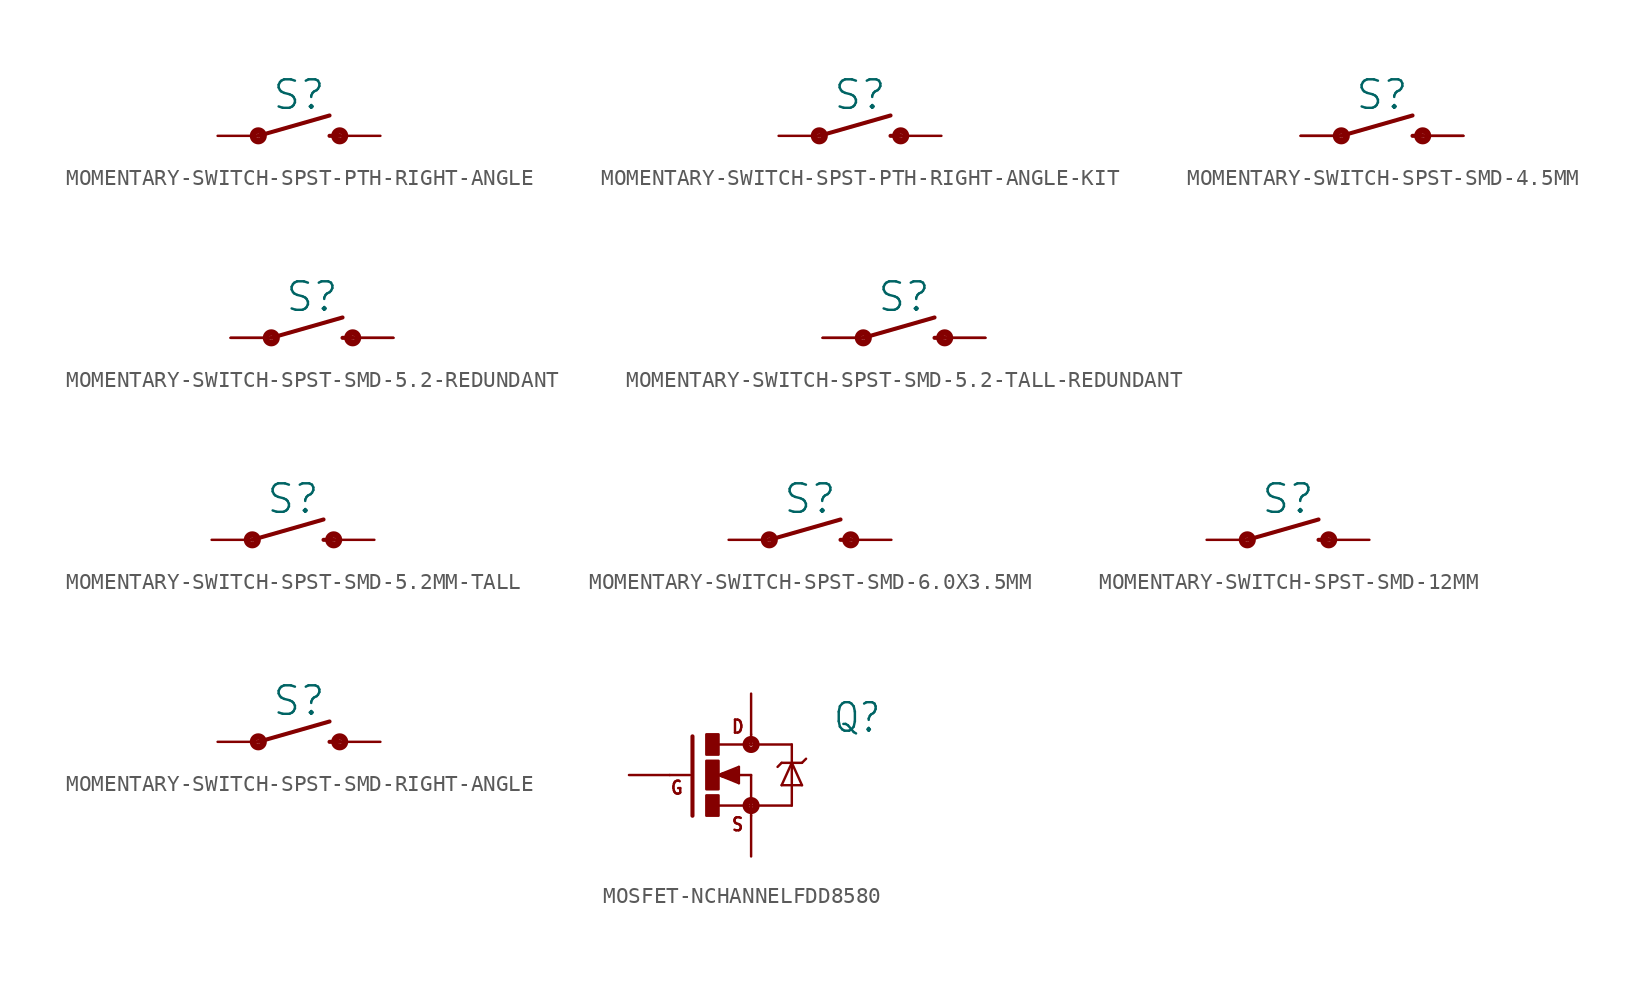
<source format=kicad_sym>
(kicad_symbol_lib
  (version 20231120)
  (generator "kicad_symbol_editor")
  (generator_version "8.0")
  (symbol "MOMENTARY-SWITCH-SPST-PTH-RIGHT-ANGLE"
    (property "Reference" "S"
      (at 0 1.524 0)
      (effects (font (size 1.778 1.778)) (justify bottom)))
    (property "Value" ""
      (at 0 -0.508 0)
      (effects (font (size 1.778 1.778)) (justify top)))
    (property "ki_locked" ""
      (at 0 0 0)
      (effects (font (size 1.27 1.27))))
    (symbol "MOMENTARY-SWITCH-SPST-PTH-RIGHT-ANGLE_1_0"
      (circle (center -2.54 0) (radius 0.127) (stroke (width 0.406) (type solid)) (fill (type none)))
      (polyline (pts (xy -2.54 0) (xy 1.905 1.27)) (stroke (width 0.254) (type solid)) (fill (type none)))
      (polyline (pts (xy 1.905 0) (xy 2.54 0)) (stroke (width 0.254) (type solid)) (fill (type none)))
      (circle (center 2.54 0) (radius 0.127) (stroke (width 0.406) (type solid)) (fill (type none)))
      (pin passive line (at -5.08 0 0) (length 2.54) (name "1" (effects (font (size 0 0)))) (number "1" (effects (font (size 0 0)))))
      (pin passive line (at 5.08 0 180) (length 2.54) (name "2" (effects (font (size 0 0)))) (number "2" (effects (font (size 0 0)))))))
  (symbol "MOMENTARY-SWITCH-SPST-PTH-RIGHT-ANGLE-KIT"
    (property "Reference" "S"
      (at 0 1.524 0)
      (effects (font (size 1.778 1.778)) (justify bottom)))
    (property "Value" ""
      (at 0 -0.508 0)
      (effects (font (size 1.778 1.778)) (justify top)))
    (property "ki_locked" ""
      (at 0 0 0)
      (effects (font (size 1.27 1.27))))
    (symbol "MOMENTARY-SWITCH-SPST-PTH-RIGHT-ANGLE-KIT_1_0"
      (circle (center -2.54 0) (radius 0.127) (stroke (width 0.406) (type solid)) (fill (type none)))
      (polyline (pts (xy -2.54 0) (xy 1.905 1.27)) (stroke (width 0.254) (type solid)) (fill (type none)))
      (polyline (pts (xy 1.905 0) (xy 2.54 0)) (stroke (width 0.254) (type solid)) (fill (type none)))
      (circle (center 2.54 0) (radius 0.127) (stroke (width 0.406) (type solid)) (fill (type none)))
      (pin passive line (at -5.08 0 0) (length 2.54) (name "1" (effects (font (size 0 0)))) (number "1" (effects (font (size 0 0)))))
      (pin passive line (at 5.08 0 180) (length 2.54) (name "2" (effects (font (size 0 0)))) (number "2" (effects (font (size 0 0)))))))
  (symbol "MOMENTARY-SWITCH-SPST-SMD-4.5MM"
    (property "Reference" "S"
      (at 0 1.524 0)
      (effects (font (size 1.778 1.778)) (justify bottom)))
    (property "Value" ""
      (at 0 -0.508 0)
      (effects (font (size 1.778 1.778)) (justify top)))
    (property "ki_locked" ""
      (at 0 0 0)
      (effects (font (size 1.27 1.27))))
    (symbol "MOMENTARY-SWITCH-SPST-SMD-4.5MM_1_0"
      (circle (center -2.54 0) (radius 0.127) (stroke (width 0.406) (type solid)) (fill (type none)))
      (polyline (pts (xy -2.54 0) (xy 1.905 1.27)) (stroke (width 0.254) (type solid)) (fill (type none)))
      (polyline (pts (xy 1.905 0) (xy 2.54 0)) (stroke (width 0.254) (type solid)) (fill (type none)))
      (circle (center 2.54 0) (radius 0.127) (stroke (width 0.406) (type solid)) (fill (type none)))
      (pin passive line (at 5.08 0 180) (length 2.54) (name "2" (effects (font (size 0 0)))) (number "1" (effects (font (size 0 0)))))
      (pin passive line (at -5.08 0 0) (length 2.54) (name "1" (effects (font (size 0 0)))) (number "2" (effects (font (size 0 0)))))
      (pin passive line (at -5.08 0 0) (length 2.54) (name "1" (effects (font (size 0 0)))) (number "3" (effects (font (size 0 0)))))
      (pin passive line (at 5.08 0 180) (length 2.54) (name "2" (effects (font (size 0 0)))) (number "4" (effects (font (size 0 0)))))))
  (symbol "MOMENTARY-SWITCH-SPST-SMD-5.2-REDUNDANT"
    (property "Reference" "S"
      (at 0 1.524 0)
      (effects (font (size 1.778 1.778)) (justify bottom)))
    (property "Value" ""
      (at 0 -0.508 0)
      (effects (font (size 1.778 1.778)) (justify top)))
    (property "ki_locked" ""
      (at 0 0 0)
      (effects (font (size 1.27 1.27))))
    (symbol "MOMENTARY-SWITCH-SPST-SMD-5.2-REDUNDANT_1_0"
      (circle (center -2.54 0) (radius 0.127) (stroke (width 0.406) (type solid)) (fill (type none)))
      (polyline (pts (xy -2.54 0) (xy 1.905 1.27)) (stroke (width 0.254) (type solid)) (fill (type none)))
      (polyline (pts (xy 1.905 0) (xy 2.54 0)) (stroke (width 0.254) (type solid)) (fill (type none)))
      (circle (center 2.54 0) (radius 0.127) (stroke (width 0.406) (type solid)) (fill (type none)))
      (pin passive line (at -5.08 0 0) (length 2.54) (name "1" (effects (font (size 0 0)))) (number "1" (effects (font (size 0 0)))))
      (pin passive line (at -5.08 0 0) (length 2.54) (name "1" (effects (font (size 0 0)))) (number "2" (effects (font (size 0 0)))))
      (pin passive line (at 5.08 0 180) (length 2.54) (name "2" (effects (font (size 0 0)))) (number "3" (effects (font (size 0 0)))))
      (pin passive line (at 5.08 0 180) (length 2.54) (name "2" (effects (font (size 0 0)))) (number "4" (effects (font (size 0 0)))))))
  (symbol "MOMENTARY-SWITCH-SPST-SMD-5.2-TALL-REDUNDANT"
    (property "Reference" "S"
      (at 0 1.524 0)
      (effects (font (size 1.778 1.778)) (justify bottom)))
    (property "Value" ""
      (at 0 -0.508 0)
      (effects (font (size 1.778 1.778)) (justify top)))
    (property "ki_locked" ""
      (at 0 0 0)
      (effects (font (size 1.27 1.27))))
    (symbol "MOMENTARY-SWITCH-SPST-SMD-5.2-TALL-REDUNDANT_1_0"
      (circle (center -2.54 0) (radius 0.127) (stroke (width 0.406) (type solid)) (fill (type none)))
      (polyline (pts (xy -2.54 0) (xy 1.905 1.27)) (stroke (width 0.254) (type solid)) (fill (type none)))
      (polyline (pts (xy 1.905 0) (xy 2.54 0)) (stroke (width 0.254) (type solid)) (fill (type none)))
      (circle (center 2.54 0) (radius 0.127) (stroke (width 0.406) (type solid)) (fill (type none)))
      (pin passive line (at -5.08 0 0) (length 2.54) (name "1" (effects (font (size 0 0)))) (number "1" (effects (font (size 0 0)))))
      (pin passive line (at -5.08 0 0) (length 2.54) (name "1" (effects (font (size 0 0)))) (number "2" (effects (font (size 0 0)))))
      (pin passive line (at 5.08 0 180) (length 2.54) (name "2" (effects (font (size 0 0)))) (number "3" (effects (font (size 0 0)))))
      (pin passive line (at 5.08 0 180) (length 2.54) (name "2" (effects (font (size 0 0)))) (number "4" (effects (font (size 0 0)))))))
  (symbol "MOMENTARY-SWITCH-SPST-SMD-5.2MM-TALL"
    (property "Reference" "S"
      (at 0 1.524 0)
      (effects (font (size 1.778 1.778)) (justify bottom)))
    (property "Value" ""
      (at 0 -0.508 0)
      (effects (font (size 1.778 1.778)) (justify top)))
    (property "ki_locked" ""
      (at 0 0 0)
      (effects (font (size 1.27 1.27))))
    (symbol "MOMENTARY-SWITCH-SPST-SMD-5.2MM-TALL_1_0"
      (circle (center -2.54 0) (radius 0.127) (stroke (width 0.406) (type solid)) (fill (type none)))
      (polyline (pts (xy -2.54 0) (xy 1.905 1.27)) (stroke (width 0.254) (type solid)) (fill (type none)))
      (polyline (pts (xy 1.905 0) (xy 2.54 0)) (stroke (width 0.254) (type solid)) (fill (type none)))
      (circle (center 2.54 0) (radius 0.127) (stroke (width 0.406) (type solid)) (fill (type none)))
      (pin passive line (at -5.08 0 0) (length 2.54) (name "1" (effects (font (size 0 0)))) (number "1" (effects (font (size 0 0)))))
      (pin passive line (at 5.08 0 180) (length 2.54) (name "2" (effects (font (size 0 0)))) (number "3" (effects (font (size 0 0)))))))
  (symbol "MOMENTARY-SWITCH-SPST-SMD-6.0X3.5MM"
    (property "Reference" "S"
      (at 0 1.524 0)
      (effects (font (size 1.778 1.778)) (justify bottom)))
    (property "Value" ""
      (at 0 -0.508 0)
      (effects (font (size 1.778 1.778)) (justify top)))
    (property "ki_locked" ""
      (at 0 0 0)
      (effects (font (size 1.27 1.27))))
    (symbol "MOMENTARY-SWITCH-SPST-SMD-6.0X3.5MM_1_0"
      (circle (center -2.54 0) (radius 0.127) (stroke (width 0.406) (type solid)) (fill (type none)))
      (polyline (pts (xy -2.54 0) (xy 1.905 1.27)) (stroke (width 0.254) (type solid)) (fill (type none)))
      (polyline (pts (xy 1.905 0) (xy 2.54 0)) (stroke (width 0.254) (type solid)) (fill (type none)))
      (circle (center 2.54 0) (radius 0.127) (stroke (width 0.406) (type solid)) (fill (type none)))
      (pin passive line (at -5.08 0 0) (length 2.54) (name "1" (effects (font (size 0 0)))) (number "1" (effects (font (size 0 0)))))
      (pin passive line (at 5.08 0 180) (length 2.54) (name "2" (effects (font (size 0 0)))) (number "2" (effects (font (size 0 0)))))))
  (symbol "MOMENTARY-SWITCH-SPST-SMD-12MM"
    (property "Reference" "S"
      (at 0 1.524 0)
      (effects (font (size 1.778 1.778)) (justify bottom)))
    (property "Value" ""
      (at 0 -0.508 0)
      (effects (font (size 1.778 1.778)) (justify top)))
    (property "ki_locked" ""
      (at 0 0 0)
      (effects (font (size 1.27 1.27))))
    (symbol "MOMENTARY-SWITCH-SPST-SMD-12MM_1_0"
      (circle (center -2.54 0) (radius 0.127) (stroke (width 0.406) (type solid)) (fill (type none)))
      (polyline (pts (xy -2.54 0) (xy 1.905 1.27)) (stroke (width 0.254) (type solid)) (fill (type none)))
      (polyline (pts (xy 1.905 0) (xy 2.54 0)) (stroke (width 0.254) (type solid)) (fill (type none)))
      (circle (center 2.54 0) (radius 0.127) (stroke (width 0.406) (type solid)) (fill (type none)))
      (pin passive line (at -5.08 0 0) (length 2.54) (name "1" (effects (font (size 0 0)))) (number "1" (effects (font (size 0 0)))))
      (pin passive line (at 5.08 0 180) (length 2.54) (name "2" (effects (font (size 0 0)))) (number "3" (effects (font (size 0 0)))))))
  (symbol "MOMENTARY-SWITCH-SPST-SMD-RIGHT-ANGLE"
    (property "Reference" "S"
      (at 0 1.524 0)
      (effects (font (size 1.778 1.778)) (justify bottom)))
    (property "Value" ""
      (at 0 -0.508 0)
      (effects (font (size 1.778 1.778)) (justify top)))
    (property "ki_locked" ""
      (at 0 0 0)
      (effects (font (size 1.27 1.27))))
    (symbol "MOMENTARY-SWITCH-SPST-SMD-RIGHT-ANGLE_1_0"
      (circle (center -2.54 0) (radius 0.127) (stroke (width 0.406) (type solid)) (fill (type none)))
      (polyline (pts (xy -2.54 0) (xy 1.905 1.27)) (stroke (width 0.254) (type solid)) (fill (type none)))
      (polyline (pts (xy 1.905 0) (xy 2.54 0)) (stroke (width 0.254) (type solid)) (fill (type none)))
      (circle (center 2.54 0) (radius 0.127) (stroke (width 0.406) (type solid)) (fill (type none)))
      (pin passive line (at -5.08 0 0) (length 2.54) (name "1" (effects (font (size 0 0)))) (number "1" (effects (font (size 0 0)))))
      (pin passive line (at 5.08 0 180) (length 2.54) (name "2" (effects (font (size 0 0)))) (number "2" (effects (font (size 0 0)))))))
  (symbol "MOSFET-NCHANNELFDD8580"
    (property "Reference" "Q"
      (at 5.08 2.54 0)
      (effects (font (size 1.778 1.511)) (justify left bottom)))
    (property "Value" ""
      (at 5.08 0 0)
      (effects (font (size 1.778 1.511)) (justify left bottom)))
    (property "ki_locked" ""
      (at 0 0 0)
      (effects (font (size 1.27 1.27))))
    (symbol "MOSFET-NCHANNELFDD8580_1_0"
      (rectangle (start -2.794 -2.54) (end -2.032 -1.27) (stroke (width 0) (type default)) (fill (type outline)))
      (rectangle (start -2.794 -0.889) (end -2.032 0.889) (stroke (width 0) (type default)) (fill (type outline)))
      (rectangle (start -2.794 1.27) (end -2.032 2.54) (stroke (width 0) (type default)) (fill (type outline)))
      (circle (center 0 -1.905) (radius 0.127) (stroke (width 0.406) (type solid)) (fill (type none)))
      (polyline (pts (xy -3.81 0) (xy -5.08 0)) (stroke (width 0.152) (type solid)) (fill (type none)))
      (polyline (pts (xy -3.658 2.413) (xy -3.658 -2.54)) (stroke (width 0.254) (type solid)) (fill (type none)))
      (polyline (pts (xy -2.032 -1.905) (xy 0 -1.905)) (stroke (width 0.152) (type solid)) (fill (type none)))
      (polyline (pts (xy -2.032 0) (xy -0.762 -0.508)) (stroke (width 0.152) (type solid)) (fill (type none)))
      (polyline (pts (xy -1.778 0) (xy -0.889 -0.254)) (stroke (width 0.305) (type solid)) (fill (type none)))
      (polyline (pts (xy -0.889 -0.254) (xy -0.889 0)) (stroke (width 0.305) (type solid)) (fill (type none)))
      (polyline (pts (xy -0.889 0) (xy -1.143 0)) (stroke (width 0.305) (type solid)) (fill (type none)))
      (polyline (pts (xy -0.889 0) (xy 0 0)) (stroke (width 0.152) (type solid)) (fill (type none)))
      (polyline (pts (xy -0.889 0.254) (xy -1.778 0)) (stroke (width 0.305) (type solid)) (fill (type none)))
      (polyline (pts (xy -0.762 -0.508) (xy -0.762 0.508)) (stroke (width 0.152) (type solid)) (fill (type none)))
      (polyline (pts (xy -0.762 0.508) (xy -2.032 0)) (stroke (width 0.152) (type solid)) (fill (type none)))
      (polyline (pts (xy 0 -1.905) (xy 0 -2.54)) (stroke (width 0.152) (type solid)) (fill (type none)))
      (polyline (pts (xy 0 0) (xy 0 -1.905)) (stroke (width 0.152) (type solid)) (fill (type none)))
      (polyline (pts (xy 0 1.905) (xy -2.007 1.905)) (stroke (width 0.152) (type solid)) (fill (type none)))
      (polyline (pts (xy 0 1.905) (xy 2.54 1.905)) (stroke (width 0.152) (type solid)) (fill (type none)))
      (polyline (pts (xy 0 2.54) (xy 0 1.905)) (stroke (width 0.152) (type solid)) (fill (type none)))
      (polyline (pts (xy 1.905 -0.635) (xy 3.175 -0.635)) (stroke (width 0.152) (type solid)) (fill (type none)))
      (polyline (pts (xy 1.905 0.762) (xy 1.651 0.508)) (stroke (width 0.152) (type solid)) (fill (type none)))
      (polyline (pts (xy 1.905 0.762) (xy 2.54 0.762)) (stroke (width 0.152) (type solid)) (fill (type none)))
      (polyline (pts (xy 2.54 -1.905) (xy 0 -1.905)) (stroke (width 0.152) (type solid)) (fill (type none)))
      (polyline (pts (xy 2.54 0.762) (xy 1.905 -0.635)) (stroke (width 0.152) (type solid)) (fill (type none)))
      (polyline (pts (xy 2.54 0.762) (xy 2.54 -1.905)) (stroke (width 0.152) (type solid)) (fill (type none)))
      (polyline (pts (xy 2.54 0.762) (xy 3.175 0.762)) (stroke (width 0.152) (type solid)) (fill (type none)))
      (polyline (pts (xy 2.54 1.905) (xy 2.54 0.762)) (stroke (width 0.152) (type solid)) (fill (type none)))
      (polyline (pts (xy 3.175 -0.635) (xy 2.54 0.762)) (stroke (width 0.152) (type solid)) (fill (type none)))
      (polyline (pts (xy 3.175 0.762) (xy 3.429 1.016)) (stroke (width 0.152) (type solid)) (fill (type none)))
      (circle (center 0 1.905) (radius 0.127) (stroke (width 0.406) (type solid)) (fill (type none)))
      (text "D" (at -1.27 2.54 0) (effects (font (size 0.813 0.691)) (justify left bottom)))
      (text "G" (at -5.08 -1.27 0) (effects (font (size 0.813 0.691)) (justify left bottom)))
      (text "S" (at -1.27 -3.556 0) (effects (font (size 0.813 0.691)) (justify left bottom)))
      (pin passive line (at -7.62 0 0) (length 2.54) (name "G" (effects (font (size 0 0)))) (number "1" (effects (font (size 0 0)))))
      (pin passive line (at 0 -5.08 90) (length 2.54) (name "S" (effects (font (size 0 0)))) (number "3" (effects (font (size 0 0)))))
      (pin passive line (at 0 5.08 270) (length 2.54) (name "D" (effects (font (size 0 0)))) (number "4" (effects (font (size 0 0))))))))
</source>
